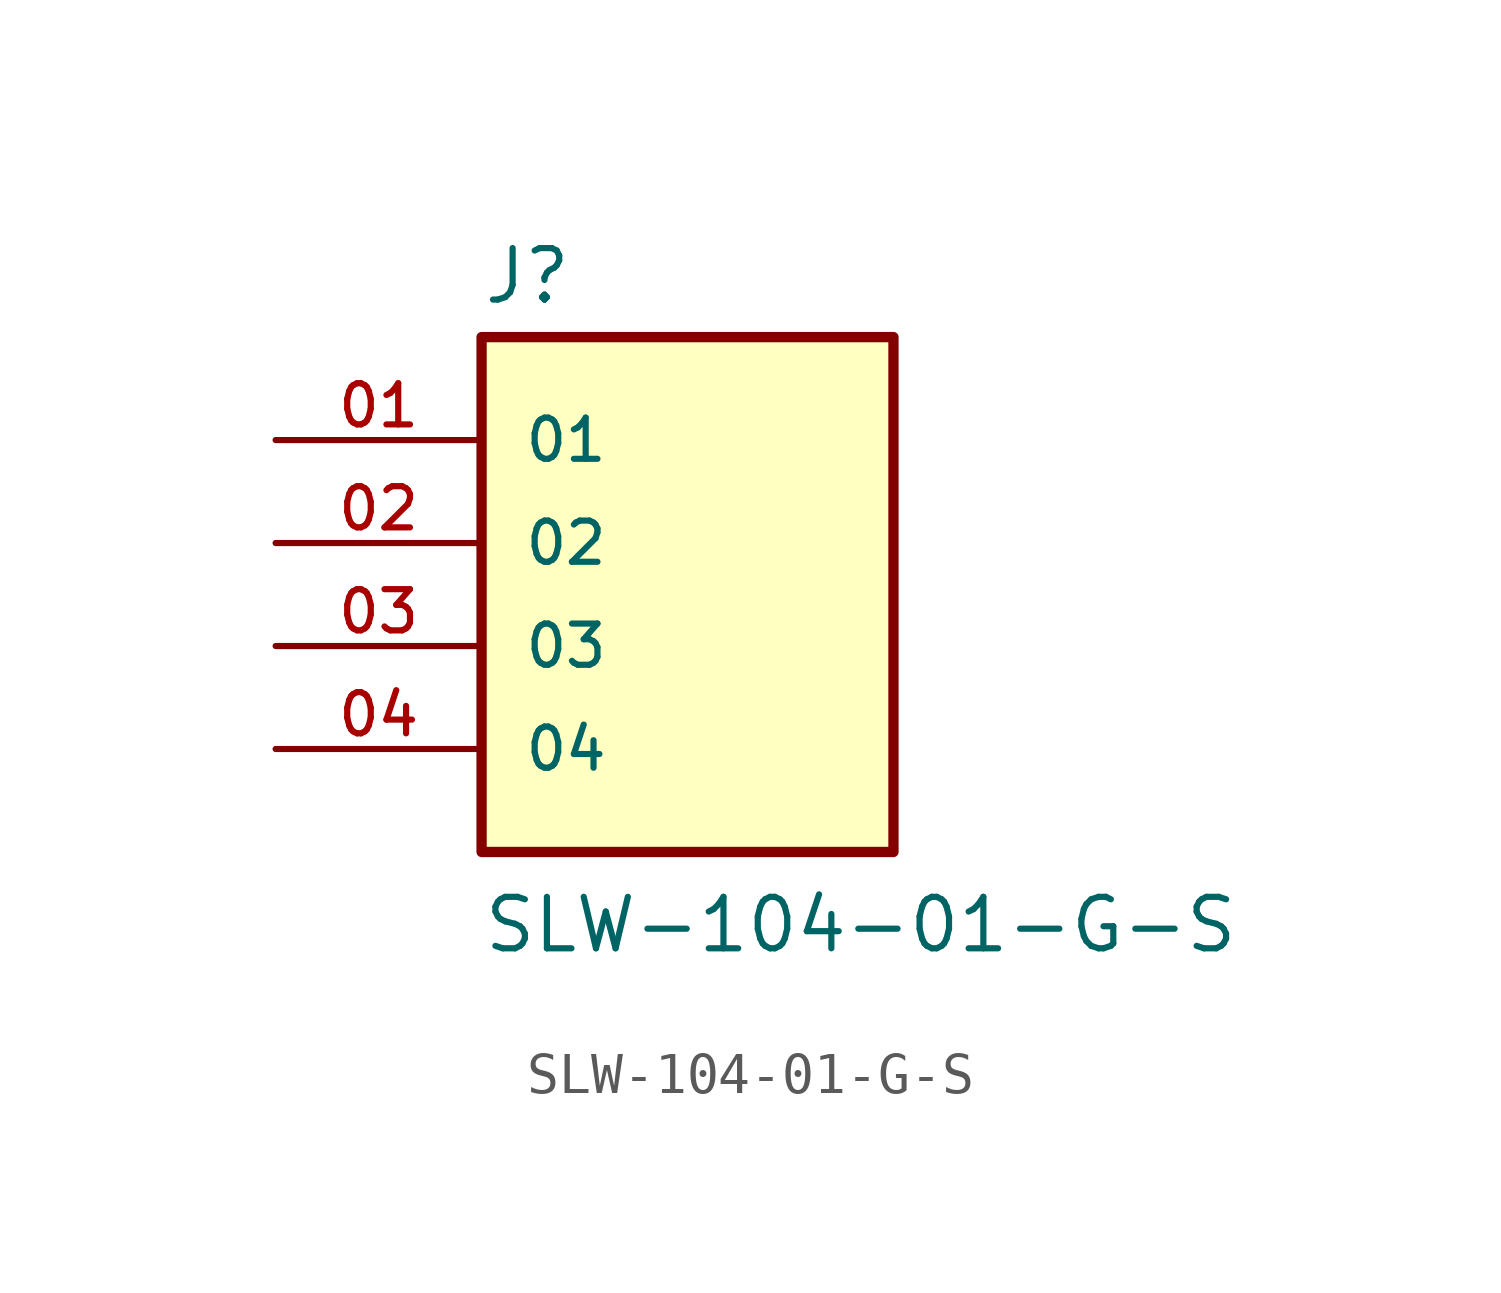
<source format=kicad_sym>
(kicad_symbol_lib
  (version 20211014)
  (generator kicad_symbol_editor)
  (symbol "SLW-104-01-G-S"
    (pin_names
      (offset 1.016))
    (property "Reference" "J"
      (at -5.08 5.842 0)
      (effects (font (size 1.27 1.27)) (justify bottom left)))
    (property "Value" "SLW-104-01-G-S"
      (at -5.08 -10.16 0)
      (effects (font (size 1.27 1.27)) (justify bottom left)))
    (symbol "SLW-104-01-G-S_0_0"
      (rectangle (start -5.08 -7.62) (end 5.08 5.08) (stroke (width 0.254)) (fill (type background)))
      (pin passive line (at -10.16 2.54 0) (length 5.08) (name "01" (effects (font (size 1.016 1.016)))) (number "01" (effects (font (size 1.016 1.016)))))
      (pin passive line (at -10.16 0.0 0) (length 5.08) (name "02" (effects (font (size 1.016 1.016)))) (number "02" (effects (font (size 1.016 1.016)))))
      (pin passive line (at -10.16 -2.54 0) (length 5.08) (name "03" (effects (font (size 1.016 1.016)))) (number "03" (effects (font (size 1.016 1.016)))))
      (pin passive line (at -10.16 -5.08 0) (length 5.08) (name "04" (effects (font (size 1.016 1.016)))) (number "04" (effects (font (size 1.016 1.016))))))))
</source>
